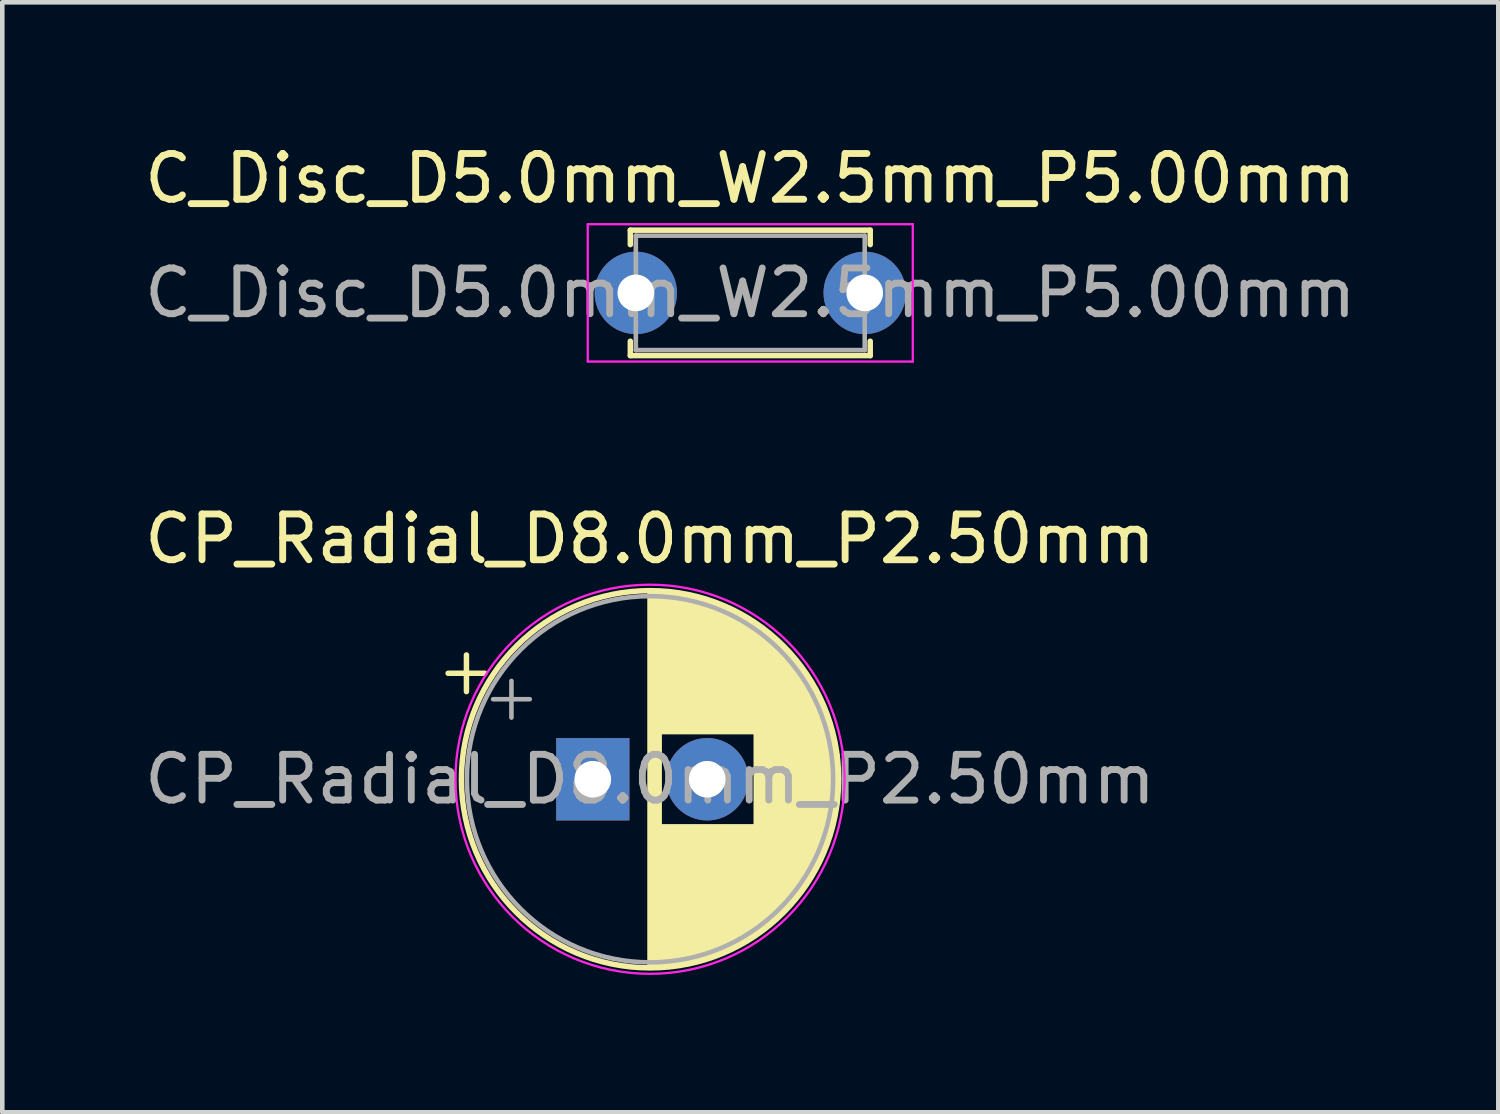
<source format=kicad_pcb>
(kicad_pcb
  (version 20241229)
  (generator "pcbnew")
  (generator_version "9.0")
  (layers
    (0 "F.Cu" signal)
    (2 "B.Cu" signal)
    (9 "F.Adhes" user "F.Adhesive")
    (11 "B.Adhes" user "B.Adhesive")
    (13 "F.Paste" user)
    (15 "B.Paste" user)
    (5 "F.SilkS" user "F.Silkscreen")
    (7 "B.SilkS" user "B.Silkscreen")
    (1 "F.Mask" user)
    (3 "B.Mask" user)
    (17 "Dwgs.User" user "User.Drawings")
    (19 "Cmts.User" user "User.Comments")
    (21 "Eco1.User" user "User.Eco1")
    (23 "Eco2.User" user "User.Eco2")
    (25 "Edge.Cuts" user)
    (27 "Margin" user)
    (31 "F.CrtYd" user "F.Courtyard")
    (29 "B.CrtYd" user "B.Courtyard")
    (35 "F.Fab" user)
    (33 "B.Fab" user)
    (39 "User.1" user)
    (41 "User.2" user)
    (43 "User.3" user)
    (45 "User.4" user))
  (footprint "CP_Radial_D8.0mm_P2.50mm"
    (layer "F.Cu")
    (at 9.899 13.972)
    (property "Reference" "CP_Radial_D8.0mm_P2.50mm" (at 1.25 -5.25 0) (layer "F.SilkS") (effects (font (size 1 1) (thickness 0.15))))
    (attr through_hole)
    (fp_line (start -3.16 -2.315) (end -2.36 -2.315) (stroke (width 0.12) (type solid)) (layer "F.SilkS"))
    (fp_line (start -2.76 -2.715) (end -2.76 -1.915) (stroke (width 0.12) (type solid)) (layer "F.SilkS"))
    (fp_line (start 1.25 -4.08) (end 1.25 4.08) (stroke (width 0.12) (type solid)) (layer "F.SilkS"))
    (fp_line (start 1.29 -4.08) (end 1.29 4.08) (stroke (width 0.12) (type solid)) (layer "F.SilkS"))
    (fp_line (start 1.33 -4.08) (end 1.33 4.08) (stroke (width 0.12) (type solid)) (layer "F.SilkS"))
    (fp_line (start 1.37 -4.079) (end 1.37 4.079) (stroke (width 0.12) (type solid)) (layer "F.SilkS"))
    (fp_line (start 1.41 -4.077) (end 1.41 4.077) (stroke (width 0.12) (type solid)) (layer "F.SilkS"))
    (fp_line (start 1.45 -4.076) (end 1.45 4.076) (stroke (width 0.12) (type solid)) (layer "F.SilkS"))
    (fp_line (start 1.49 -4.074) (end 1.49 -1.04) (stroke (width 0.12) (type solid)) (layer "F.SilkS"))
    (fp_line (start 1.49 1.04) (end 1.49 4.074) (stroke (width 0.12) (type solid)) (layer "F.SilkS"))
    (fp_line (start 1.53 -4.071) (end 1.53 -1.04) (stroke (width 0.12) (type solid)) (layer "F.SilkS"))
    (fp_line (start 1.53 1.04) (end 1.53 4.071) (stroke (width 0.12) (type solid)) (layer "F.SilkS"))
    (fp_line (start 1.57 -4.068) (end 1.57 -1.04) (stroke (width 0.12) (type solid)) (layer "F.SilkS"))
    (fp_line (start 1.57 1.04) (end 1.57 4.068) (stroke (width 0.12) (type solid)) (layer "F.SilkS"))
    (fp_line (start 1.61 -4.065) (end 1.61 -1.04) (stroke (width 0.12) (type solid)) (layer "F.SilkS"))
    (fp_line (start 1.61 1.04) (end 1.61 4.065) (stroke (width 0.12) (type solid)) (layer "F.SilkS"))
    (fp_line (start 1.65 -4.061) (end 1.65 -1.04) (stroke (width 0.12) (type solid)) (layer "F.SilkS"))
    (fp_line (start 1.65 1.04) (end 1.65 4.061) (stroke (width 0.12) (type solid)) (layer "F.SilkS"))
    (fp_line (start 1.69 -4.057) (end 1.69 -1.04) (stroke (width 0.12) (type solid)) (layer "F.SilkS"))
    (fp_line (start 1.69 1.04) (end 1.69 4.057) (stroke (width 0.12) (type solid)) (layer "F.SilkS"))
    (fp_line (start 1.73 -4.052) (end 1.73 -1.04) (stroke (width 0.12) (type solid)) (layer "F.SilkS"))
    (fp_line (start 1.73 1.04) (end 1.73 4.052) (stroke (width 0.12) (type solid)) (layer "F.SilkS"))
    (fp_line (start 1.77 -4.048) (end 1.77 -1.04) (stroke (width 0.12) (type solid)) (layer "F.SilkS"))
    (fp_line (start 1.77 1.04) (end 1.77 4.048) (stroke (width 0.12) (type solid)) (layer "F.SilkS"))
    (fp_line (start 1.81 -4.042) (end 1.81 -1.04) (stroke (width 0.12) (type solid)) (layer "F.SilkS"))
    (fp_line (start 1.81 1.04) (end 1.81 4.042) (stroke (width 0.12) (type solid)) (layer "F.SilkS"))
    (fp_line (start 1.85 -4.037) (end 1.85 -1.04) (stroke (width 0.12) (type solid)) (layer "F.SilkS"))
    (fp_line (start 1.85 1.04) (end 1.85 4.037) (stroke (width 0.12) (type solid)) (layer "F.SilkS"))
    (fp_line (start 1.89 -4.03) (end 1.89 -1.04) (stroke (width 0.12) (type solid)) (layer "F.SilkS"))
    (fp_line (start 1.89 1.04) (end 1.89 4.03) (stroke (width 0.12) (type solid)) (layer "F.SilkS"))
    (fp_line (start 1.93 -4.024) (end 1.93 -1.04) (stroke (width 0.12) (type solid)) (layer "F.SilkS"))
    (fp_line (start 1.93 1.04) (end 1.93 4.024) (stroke (width 0.12) (type solid)) (layer "F.SilkS"))
    (fp_line (start 1.971 -4.017) (end 1.971 -1.04) (stroke (width 0.12) (type solid)) (layer "F.SilkS"))
    (fp_line (start 1.971 1.04) (end 1.971 4.017) (stroke (width 0.12) (type solid)) (layer "F.SilkS"))
    (fp_line (start 2.011 -4.01) (end 2.011 -1.04) (stroke (width 0.12) (type solid)) (layer "F.SilkS"))
    (fp_line (start 2.011 1.04) (end 2.011 4.01) (stroke (width 0.12) (type solid)) (layer "F.SilkS"))
    (fp_line (start 2.051 -4.002) (end 2.051 -1.04) (stroke (width 0.12) (type solid)) (layer "F.SilkS"))
    (fp_line (start 2.051 1.04) (end 2.051 4.002) (stroke (width 0.12) (type solid)) (layer "F.SilkS"))
    (fp_line (start 2.091 -3.994) (end 2.091 -1.04) (stroke (width 0.12) (type solid)) (layer "F.SilkS"))
    (fp_line (start 2.091 1.04) (end 2.091 3.994) (stroke (width 0.12) (type solid)) (layer "F.SilkS"))
    (fp_line (start 2.131 -3.985) (end 2.131 -1.04) (stroke (width 0.12) (type solid)) (layer "F.SilkS"))
    (fp_line (start 2.131 1.04) (end 2.131 3.985) (stroke (width 0.12) (type solid)) (layer "F.SilkS"))
    (fp_line (start 2.171 -3.976) (end 2.171 -1.04) (stroke (width 0.12) (type solid)) (layer "F.SilkS"))
    (fp_line (start 2.171 1.04) (end 2.171 3.976) (stroke (width 0.12) (type solid)) (layer "F.SilkS"))
    (fp_line (start 2.211 -3.967) (end 2.211 -1.04) (stroke (width 0.12) (type solid)) (layer "F.SilkS"))
    (fp_line (start 2.211 1.04) (end 2.211 3.967) (stroke (width 0.12) (type solid)) (layer "F.SilkS"))
    (fp_line (start 2.251 -3.957) (end 2.251 -1.04) (stroke (width 0.12) (type solid)) (layer "F.SilkS"))
    (fp_line (start 2.251 1.04) (end 2.251 3.957) (stroke (width 0.12) (type solid)) (layer "F.SilkS"))
    (fp_line (start 2.291 -3.947) (end 2.291 -1.04) (stroke (width 0.12) (type solid)) (layer "F.SilkS"))
    (fp_line (start 2.291 1.04) (end 2.291 3.947) (stroke (width 0.12) (type solid)) (layer "F.SilkS"))
    (fp_line (start 2.331 -3.936) (end 2.331 -1.04) (stroke (width 0.12) (type solid)) (layer "F.SilkS"))
    (fp_line (start 2.331 1.04) (end 2.331 3.936) (stroke (width 0.12) (type solid)) (layer "F.SilkS"))
    (fp_line (start 2.371 -3.925) (end 2.371 -1.04) (stroke (width 0.12) (type solid)) (layer "F.SilkS"))
    (fp_line (start 2.371 1.04) (end 2.371 3.925) (stroke (width 0.12) (type solid)) (layer "F.SilkS"))
    (fp_line (start 2.411 -3.914) (end 2.411 -1.04) (stroke (width 0.12) (type solid)) (layer "F.SilkS"))
    (fp_line (start 2.411 1.04) (end 2.411 3.914) (stroke (width 0.12) (type solid)) (layer "F.SilkS"))
    (fp_line (start 2.451 -3.902) (end 2.451 -1.04) (stroke (width 0.12) (type solid)) (layer "F.SilkS"))
    (fp_line (start 2.451 1.04) (end 2.451 3.902) (stroke (width 0.12) (type solid)) (layer "F.SilkS"))
    (fp_line (start 2.491 -3.889) (end 2.491 -1.04) (stroke (width 0.12) (type solid)) (layer "F.SilkS"))
    (fp_line (start 2.491 1.04) (end 2.491 3.889) (stroke (width 0.12) (type solid)) (layer "F.SilkS"))
    (fp_line (start 2.531 -3.877) (end 2.531 -1.04) (stroke (width 0.12) (type solid)) (layer "F.SilkS"))
    (fp_line (start 2.531 1.04) (end 2.531 3.877) (stroke (width 0.12) (type solid)) (layer "F.SilkS"))
    (fp_line (start 2.571 -3.863) (end 2.571 -1.04) (stroke (width 0.12) (type solid)) (layer "F.SilkS"))
    (fp_line (start 2.571 1.04) (end 2.571 3.863) (stroke (width 0.12) (type solid)) (layer "F.SilkS"))
    (fp_line (start 2.611 -3.85) (end 2.611 -1.04) (stroke (width 0.12) (type solid)) (layer "F.SilkS"))
    (fp_line (start 2.611 1.04) (end 2.611 3.85) (stroke (width 0.12) (type solid)) (layer "F.SilkS"))
    (fp_line (start 2.651 -3.835) (end 2.651 -1.04) (stroke (width 0.12) (type solid)) (layer "F.SilkS"))
    (fp_line (start 2.651 1.04) (end 2.651 3.835) (stroke (width 0.12) (type solid)) (layer "F.SilkS"))
    (fp_line (start 2.691 -3.821) (end 2.691 -1.04) (stroke (width 0.12) (type solid)) (layer "F.SilkS"))
    (fp_line (start 2.691 1.04) (end 2.691 3.821) (stroke (width 0.12) (type solid)) (layer "F.SilkS"))
    (fp_line (start 2.731 -3.805) (end 2.731 -1.04) (stroke (width 0.12) (type solid)) (layer "F.SilkS"))
    (fp_line (start 2.731 1.04) (end 2.731 3.805) (stroke (width 0.12) (type solid)) (layer "F.SilkS"))
    (fp_line (start 2.771 -3.79) (end 2.771 -1.04) (stroke (width 0.12) (type solid)) (layer "F.SilkS"))
    (fp_line (start 2.771 1.04) (end 2.771 3.79) (stroke (width 0.12) (type solid)) (layer "F.SilkS"))
    (fp_line (start 2.811 -3.774) (end 2.811 -1.04) (stroke (width 0.12) (type solid)) (layer "F.SilkS"))
    (fp_line (start 2.811 1.04) (end 2.811 3.774) (stroke (width 0.12) (type solid)) (layer "F.SilkS"))
    (fp_line (start 2.851 -3.757) (end 2.851 -1.04) (stroke (width 0.12) (type solid)) (layer "F.SilkS"))
    (fp_line (start 2.851 1.04) (end 2.851 3.757) (stroke (width 0.12) (type solid)) (layer "F.SilkS"))
    (fp_line (start 2.891 -3.74) (end 2.891 -1.04) (stroke (width 0.12) (type solid)) (layer "F.SilkS"))
    (fp_line (start 2.891 1.04) (end 2.891 3.74) (stroke (width 0.12) (type solid)) (layer "F.SilkS"))
    (fp_line (start 2.931 -3.722) (end 2.931 -1.04) (stroke (width 0.12) (type solid)) (layer "F.SilkS"))
    (fp_line (start 2.931 1.04) (end 2.931 3.722) (stroke (width 0.12) (type solid)) (layer "F.SilkS"))
    (fp_line (start 2.971 -3.704) (end 2.971 -1.04) (stroke (width 0.12) (type solid)) (layer "F.SilkS"))
    (fp_line (start 2.971 1.04) (end 2.971 3.704) (stroke (width 0.12) (type solid)) (layer "F.SilkS"))
    (fp_line (start 3.011 -3.686) (end 3.011 -1.04) (stroke (width 0.12) (type solid)) (layer "F.SilkS"))
    (fp_line (start 3.011 1.04) (end 3.011 3.686) (stroke (width 0.12) (type solid)) (layer "F.SilkS"))
    (fp_line (start 3.051 -3.666) (end 3.051 -1.04) (stroke (width 0.12) (type solid)) (layer "F.SilkS"))
    (fp_line (start 3.051 1.04) (end 3.051 3.666) (stroke (width 0.12) (type solid)) (layer "F.SilkS"))
    (fp_line (start 3.091 -3.647) (end 3.091 -1.04) (stroke (width 0.12) (type solid)) (layer "F.SilkS"))
    (fp_line (start 3.091 1.04) (end 3.091 3.647) (stroke (width 0.12) (type solid)) (layer "F.SilkS"))
    (fp_line (start 3.131 -3.627) (end 3.131 -1.04) (stroke (width 0.12) (type solid)) (layer "F.SilkS"))
    (fp_line (start 3.131 1.04) (end 3.131 3.627) (stroke (width 0.12) (type solid)) (layer "F.SilkS"))
    (fp_line (start 3.171 -3.606) (end 3.171 -1.04) (stroke (width 0.12) (type solid)) (layer "F.SilkS"))
    (fp_line (start 3.171 1.04) (end 3.171 3.606) (stroke (width 0.12) (type solid)) (layer "F.SilkS"))
    (fp_line (start 3.211 -3.584) (end 3.211 -1.04) (stroke (width 0.12) (type solid)) (layer "F.SilkS"))
    (fp_line (start 3.211 1.04) (end 3.211 3.584) (stroke (width 0.12) (type solid)) (layer "F.SilkS"))
    (fp_line (start 3.251 -3.562) (end 3.251 -1.04) (stroke (width 0.12) (type solid)) (layer "F.SilkS"))
    (fp_line (start 3.251 1.04) (end 3.251 3.562) (stroke (width 0.12) (type solid)) (layer "F.SilkS"))
    (fp_line (start 3.291 -3.54) (end 3.291 -1.04) (stroke (width 0.12) (type solid)) (layer "F.SilkS"))
    (fp_line (start 3.291 1.04) (end 3.291 3.54) (stroke (width 0.12) (type solid)) (layer "F.SilkS"))
    (fp_line (start 3.331 -3.517) (end 3.331 -1.04) (stroke (width 0.12) (type solid)) (layer "F.SilkS"))
    (fp_line (start 3.331 1.04) (end 3.331 3.517) (stroke (width 0.12) (type solid)) (layer "F.SilkS"))
    (fp_line (start 3.371 -3.493) (end 3.371 -1.04) (stroke (width 0.12) (type solid)) (layer "F.SilkS"))
    (fp_line (start 3.371 1.04) (end 3.371 3.493) (stroke (width 0.12) (type solid)) (layer "F.SilkS"))
    (fp_line (start 3.411 -3.469) (end 3.411 -1.04) (stroke (width 0.12) (type solid)) (layer "F.SilkS"))
    (fp_line (start 3.411 1.04) (end 3.411 3.469) (stroke (width 0.12) (type solid)) (layer "F.SilkS"))
    (fp_line (start 3.451 -3.444) (end 3.451 -1.04) (stroke (width 0.12) (type solid)) (layer "F.SilkS"))
    (fp_line (start 3.451 1.04) (end 3.451 3.444) (stroke (width 0.12) (type solid)) (layer "F.SilkS"))
    (fp_line (start 3.491 -3.418) (end 3.491 -1.04) (stroke (width 0.12) (type solid)) (layer "F.SilkS"))
    (fp_line (start 3.491 1.04) (end 3.491 3.418) (stroke (width 0.12) (type solid)) (layer "F.SilkS"))
    (fp_line (start 3.531 -3.392) (end 3.531 -1.04) (stroke (width 0.12) (type solid)) (layer "F.SilkS"))
    (fp_line (start 3.531 1.04) (end 3.531 3.392) (stroke (width 0.12) (type solid)) (layer "F.SilkS"))
    (fp_line (start 3.571 -3.365) (end 3.571 3.365) (stroke (width 0.12) (type solid)) (layer "F.SilkS"))
    (fp_line (start 3.611 -3.338) (end 3.611 3.338) (stroke (width 0.12) (type solid)) (layer "F.SilkS"))
    (fp_line (start 3.651 -3.309) (end 3.651 3.309) (stroke (width 0.12) (type solid)) (layer "F.SilkS"))
    (fp_line (start 3.691 -3.28) (end 3.691 3.28) (stroke (width 0.12) (type solid)) (layer "F.SilkS"))
    (fp_line (start 3.731 -3.25) (end 3.731 3.25) (stroke (width 0.12) (type solid)) (layer "F.SilkS"))
    (fp_line (start 3.771 -3.22) (end 3.771 3.22) (stroke (width 0.12) (type solid)) (layer "F.SilkS"))
    (fp_line (start 3.811 -3.189) (end 3.811 3.189) (stroke (width 0.12) (type solid)) (layer "F.SilkS"))
    (fp_line (start 3.851 -3.156) (end 3.851 3.156) (stroke (width 0.12) (type solid)) (layer "F.SilkS"))
    (fp_line (start 3.891 -3.124) (end 3.891 3.124) (stroke (width 0.12) (type solid)) (layer "F.SilkS"))
    (fp_line (start 3.931 -3.09) (end 3.931 3.09) (stroke (width 0.12) (type solid)) (layer "F.SilkS"))
    (fp_line (start 3.971 -3.055) (end 3.971 3.055) (stroke (width 0.12) (type solid)) (layer "F.SilkS"))
    (fp_line (start 4.011 -3.019) (end 4.011 3.019) (stroke (width 0.12) (type solid)) (layer "F.SilkS"))
    (fp_line (start 4.051 -2.983) (end 4.051 2.983) (stroke (width 0.12) (type solid)) (layer "F.SilkS"))
    (fp_line (start 4.091 -2.945) (end 4.091 2.945) (stroke (width 0.12) (type solid)) (layer "F.SilkS"))
    (fp_line (start 4.131 -2.907) (end 4.131 2.907) (stroke (width 0.12) (type solid)) (layer "F.SilkS"))
    (fp_line (start 4.171 -2.867) (end 4.171 2.867) (stroke (width 0.12) (type solid)) (layer "F.SilkS"))
    (fp_line (start 4.211 -2.826) (end 4.211 2.826) (stroke (width 0.12) (type solid)) (layer "F.SilkS"))
    (fp_line (start 4.251 -2.784) (end 4.251 2.784) (stroke (width 0.12) (type solid)) (layer "F.SilkS"))
    (fp_line (start 4.291 -2.741) (end 4.291 2.741) (stroke (width 0.12) (type solid)) (layer "F.SilkS"))
    (fp_line (start 4.331 -2.697) (end 4.331 2.697) (stroke (width 0.12) (type solid)) (layer "F.SilkS"))
    (fp_line (start 4.371 -2.651) (end 4.371 2.651) (stroke (width 0.12) (type solid)) (layer "F.SilkS"))
    (fp_line (start 4.411 -2.604) (end 4.411 2.604) (stroke (width 0.12) (type solid)) (layer "F.SilkS"))
    (fp_line (start 4.451 -2.556) (end 4.451 2.556) (stroke (width 0.12) (type solid)) (layer "F.SilkS"))
    (fp_line (start 4.491 -2.505) (end 4.491 2.505) (stroke (width 0.12) (type solid)) (layer "F.SilkS"))
    (fp_line (start 4.531 -2.454) (end 4.531 2.454) (stroke (width 0.12) (type solid)) (layer "F.SilkS"))
    (fp_line (start 4.571 -2.4) (end 4.571 2.4) (stroke (width 0.12) (type solid)) (layer "F.SilkS"))
    (fp_line (start 4.611 -2.345) (end 4.611 2.345) (stroke (width 0.12) (type solid)) (layer "F.SilkS"))
    (fp_line (start 4.651 -2.287) (end 4.651 2.287) (stroke (width 0.12) (type solid)) (layer "F.SilkS"))
    (fp_line (start 4.691 -2.228) (end 4.691 2.228) (stroke (width 0.12) (type solid)) (layer "F.SilkS"))
    (fp_line (start 4.731 -2.166) (end 4.731 2.166) (stroke (width 0.12) (type solid)) (layer "F.SilkS"))
    (fp_line (start 4.771 -2.102) (end 4.771 2.102) (stroke (width 0.12) (type solid)) (layer "F.SilkS"))
    (fp_line (start 4.811 -2.034) (end 4.811 2.034) (stroke (width 0.12) (type solid)) (layer "F.SilkS"))
    (fp_line (start 4.851 -1.964) (end 4.851 1.964) (stroke (width 0.12) (type solid)) (layer "F.SilkS"))
    (fp_line (start 4.891 -1.89) (end 4.891 1.89) (stroke (width 0.12) (type solid)) (layer "F.SilkS"))
    (fp_line (start 4.931 -1.813) (end 4.931 1.813) (stroke (width 0.12) (type solid)) (layer "F.SilkS"))
    (fp_line (start 4.971 -1.731) (end 4.971 1.731) (stroke (width 0.12) (type solid)) (layer "F.SilkS"))
    (fp_line (start 5.011 -1.645) (end 5.011 1.645) (stroke (width 0.12) (type solid)) (layer "F.SilkS"))
    (fp_line (start 5.051 -1.552) (end 5.051 1.552) (stroke (width 0.12) (type solid)) (layer "F.SilkS"))
    (fp_line (start 5.091 -1.453) (end 5.091 1.453) (stroke (width 0.12) (type solid)) (layer "F.SilkS"))
    (fp_line (start 5.131 -1.346) (end 5.131 1.346) (stroke (width 0.12) (type solid)) (layer "F.SilkS"))
    (fp_line (start 5.171 -1.229) (end 5.171 1.229) (stroke (width 0.12) (type solid)) (layer "F.SilkS"))
    (fp_line (start 5.211 -1.098) (end 5.211 1.098) (stroke (width 0.12) (type solid)) (layer "F.SilkS"))
    (fp_line (start 5.251 -0.948) (end 5.251 0.948) (stroke (width 0.12) (type solid)) (layer "F.SilkS"))
    (fp_line (start 5.291 -0.768) (end 5.291 0.768) (stroke (width 0.12) (type solid)) (layer "F.SilkS"))
    (fp_line (start 5.331 -0.533) (end 5.331 0.533) (stroke (width 0.12) (type solid)) (layer "F.SilkS"))
    (fp_circle (center 1.25 0) (end 5.37 0) (stroke (width 0.12) (type solid)) (fill no) (layer "F.SilkS"))
    (fp_circle (center 1.25 0) (end 5.5 0) (stroke (width 0.05) (type solid)) (fill no) (layer "F.CrtYd"))
    (fp_line (start -2.177 -1.748) (end -1.377 -1.748) (stroke (width 0.1) (type solid)) (layer "F.Fab"))
    (fp_line (start -1.777 -2.147) (end -1.777 -1.347) (stroke (width 0.1) (type solid)) (layer "F.Fab"))
    (fp_circle (center 1.25 0) (end 5.25 0) (stroke (width 0.1) (type solid)) (fill no) (layer "F.Fab"))
    (fp_text user "${REFERENCE}" (at 1.25 0 0) (layer "F.Fab") (effects (font (size 1 1) (thickness 0.15))))
    (pad "1" thru_hole rect (at 0 0) (size 1.6 1.8) (drill 0.8) (layers "*.Cu" "*.Mask"))
    (pad "2" thru_hole circle (at 2.5 0) (size 1.8 1.8) (drill 0.8) (layers "*.Cu" "*.Mask")))
  (footprint "C_Disc_D5.0mm_W2.5mm_P5.00mm"
    (layer "F.Cu")
    (at 10.839 3.348)
    (property "Reference" "C_Disc_D5.0mm_W2.5mm_P5.00mm" (at 2.5 -2.5 0) (layer "F.SilkS") (effects (font (size 1 1) (thickness 0.15))))
    (attr through_hole)
    (fp_line (start -0.12 -1.37) (end -0.12 -1.055) (stroke (width 0.12) (type solid)) (layer "F.SilkS"))
    (fp_line (start -0.12 -1.37) (end 5.12 -1.37) (stroke (width 0.12) (type solid)) (layer "F.SilkS"))
    (fp_line (start -0.12 1.055) (end -0.12 1.37) (stroke (width 0.12) (type solid)) (layer "F.SilkS"))
    (fp_line (start -0.12 1.37) (end 5.12 1.37) (stroke (width 0.12) (type solid)) (layer "F.SilkS"))
    (fp_line (start 5.12 -1.37) (end 5.12 -1.055) (stroke (width 0.12) (type solid)) (layer "F.SilkS"))
    (fp_line (start 5.12 1.055) (end 5.12 1.37) (stroke (width 0.12) (type solid)) (layer "F.SilkS"))
    (fp_line (start -1.05 -1.5) (end -1.05 1.5) (stroke (width 0.05) (type solid)) (layer "F.CrtYd"))
    (fp_line (start -1.05 1.5) (end 6.05 1.5) (stroke (width 0.05) (type solid)) (layer "F.CrtYd"))
    (fp_line (start 6.05 -1.5) (end -1.05 -1.5) (stroke (width 0.05) (type solid)) (layer "F.CrtYd"))
    (fp_line (start 6.05 1.5) (end 6.05 -1.5) (stroke (width 0.05) (type solid)) (layer "F.CrtYd"))
    (fp_line (start 0 -1.25) (end 0 1.25) (stroke (width 0.1) (type solid)) (layer "F.Fab"))
    (fp_line (start 0 1.25) (end 5 1.25) (stroke (width 0.1) (type solid)) (layer "F.Fab"))
    (fp_line (start 5 -1.25) (end 0 -1.25) (stroke (width 0.1) (type solid)) (layer "F.Fab"))
    (fp_line (start 5 1.25) (end 5 -1.25) (stroke (width 0.1) (type solid)) (layer "F.Fab"))
    (fp_text user "${REFERENCE}" (at 2.5 0 0) (layer "F.Fab") (effects (font (size 1 1) (thickness 0.15))))
    (pad "1" thru_hole circle (at 0 0) (size 1.8 1.8) (drill 0.8) (layers "*.Cu" "*.Mask"))
    (pad "2" thru_hole circle (at 5 0) (size 1.8 1.8) (drill 0.8) (layers "*.Cu" "*.Mask")))
  (gr_rect
    (start -3 -3)
    (end 29.679 21.247)
    (stroke (width 0.1) (type default))
    (fill no)
    (layer "Edge.Cuts")))
</source>
